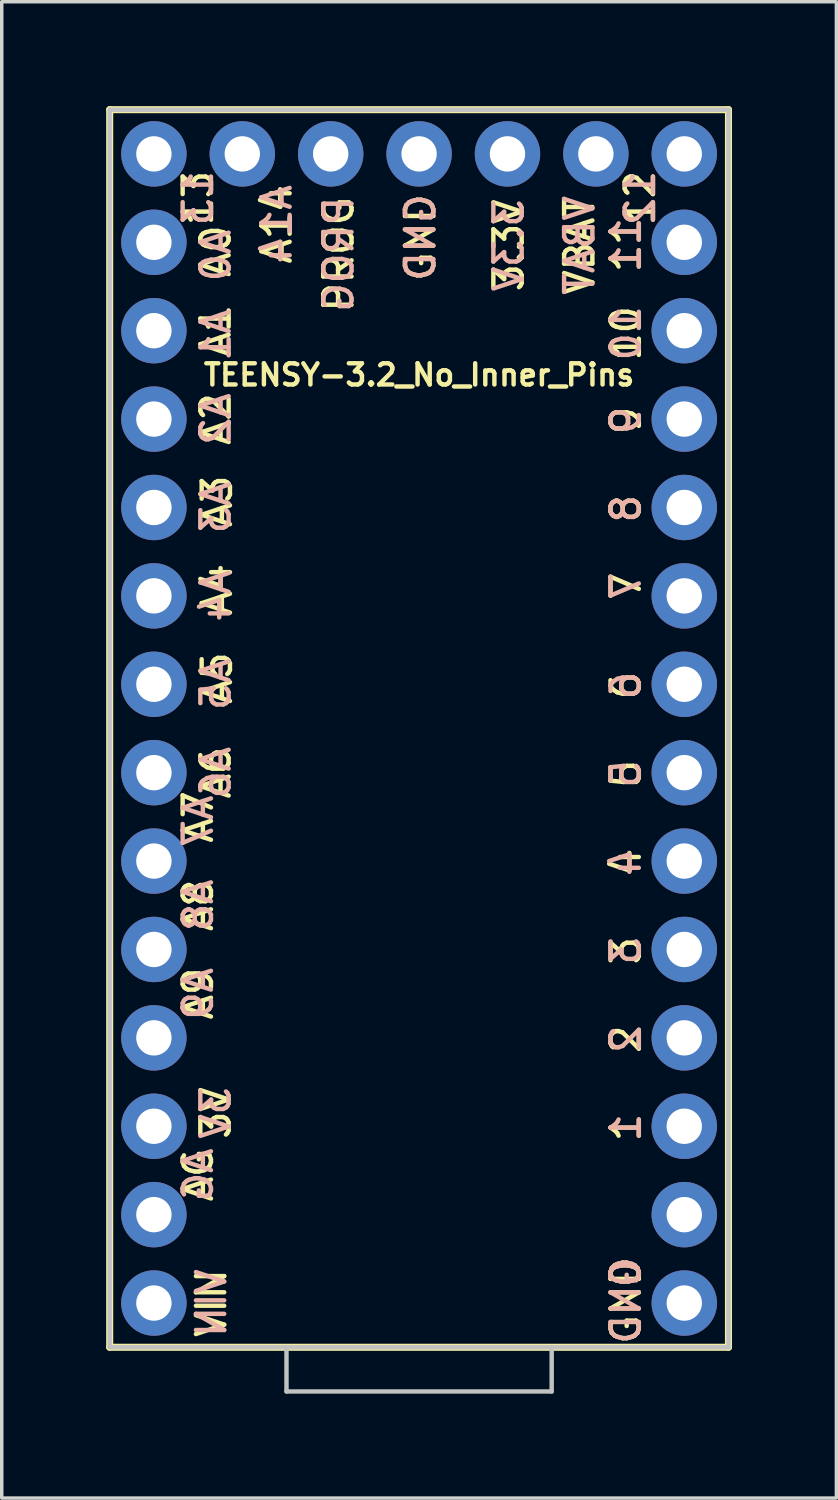
<source format=kicad_pcb>
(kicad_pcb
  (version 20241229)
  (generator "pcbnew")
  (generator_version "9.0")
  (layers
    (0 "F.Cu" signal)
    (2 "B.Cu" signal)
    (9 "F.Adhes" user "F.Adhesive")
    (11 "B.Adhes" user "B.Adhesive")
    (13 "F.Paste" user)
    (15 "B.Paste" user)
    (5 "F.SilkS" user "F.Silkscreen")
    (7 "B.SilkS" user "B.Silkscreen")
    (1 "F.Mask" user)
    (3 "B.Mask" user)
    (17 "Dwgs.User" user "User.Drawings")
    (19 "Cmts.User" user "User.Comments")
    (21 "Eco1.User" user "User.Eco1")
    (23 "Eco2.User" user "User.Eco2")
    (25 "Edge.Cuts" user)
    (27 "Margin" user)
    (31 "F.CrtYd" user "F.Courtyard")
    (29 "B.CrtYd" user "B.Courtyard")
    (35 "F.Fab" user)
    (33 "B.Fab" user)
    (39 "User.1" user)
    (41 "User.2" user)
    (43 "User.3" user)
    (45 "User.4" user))
  (footprint "TEENSY-3.2_No_Inner_Pins"
    (layer "F.Cu")
    (at 8.992 17.882)
    (property "Reference" "TEENSY-3.2_No_Inner_Pins" (at 0 -10.16 0) (layer "F.SilkS") (effects (font (size 0.61 0.61) (thickness 0.127))))
    (attr exclude_from_pos_files exclude_from_bom)
    (fp_line (start -8.89 -17.78) (end 8.89 -17.78) (stroke (width 0.127) (type solid)) (layer "F.SilkS"))
    (fp_line (start -8.89 -17.78) (end 8.89 -17.78) (stroke (width 0.203) (type solid)) (layer "F.SilkS"))
    (fp_line (start -8.89 17.78) (end -8.89 -17.78) (stroke (width 0.127) (type solid)) (layer "F.SilkS"))
    (fp_line (start -8.89 17.78) (end -8.89 -17.78) (stroke (width 0.203) (type solid)) (layer "F.SilkS"))
    (fp_line (start 8.89 -17.78) (end 8.89 17.78) (stroke (width 0.127) (type solid)) (layer "F.SilkS"))
    (fp_line (start 8.89 -17.78) (end 8.89 17.78) (stroke (width 0.203) (type solid)) (layer "F.SilkS"))
    (fp_line (start 8.89 17.78) (end -8.89 17.78) (stroke (width 0.127) (type solid)) (layer "F.SilkS"))
    (fp_line (start 8.89 17.78) (end -8.89 17.78) (stroke (width 0.203) (type solid)) (layer "F.SilkS"))
    (fp_line (start -8.89 -17.78) (end 8.89 -17.78) (stroke (width 0.127) (type solid)) (layer "Dwgs.User"))
    (fp_line (start -8.89 17.78) (end -8.89 -17.78) (stroke (width 0.127) (type solid)) (layer "Dwgs.User"))
    (fp_line (start -3.81 17.78) (end -8.89 17.78) (stroke (width 0.127) (type solid)) (layer "Dwgs.User"))
    (fp_line (start -3.81 19.05) (end -3.81 17.78) (stroke (width 0.127) (type solid)) (layer "Dwgs.User"))
    (fp_line (start -3.81 19.05) (end 3.81 19.05) (stroke (width 0.127) (type solid)) (layer "Dwgs.User"))
    (fp_line (start 3.81 17.78) (end -3.81 17.78) (stroke (width 0.127) (type solid)) (layer "Dwgs.User"))
    (fp_line (start 3.81 19.05) (end 3.81 17.78) (stroke (width 0.127) (type solid)) (layer "Dwgs.User"))
    (fp_line (start 8.89 -17.78) (end 8.89 17.78) (stroke (width 0.127) (type solid)) (layer "Dwgs.User"))
    (fp_line (start 8.89 17.78) (end 3.81 17.78) (stroke (width 0.127) (type solid)) (layer "Dwgs.User"))
    (fp_text user "12" (at 6.35 -15.24 270) (layer "F.SilkS") (effects (font (size 0.813 0.813) (thickness 0.127))))
    (fp_text user "A7" (at -6.35 2.54 90) (layer "F.SilkS") (effects (font (size 0.813 0.813) (thickness 0.127))))
    (fp_text user "PROG" (at -2.311 -13.627 90) (layer "F.SilkS") (effects (font (size 0.813 0.813) (thickness 0.127))))
    (fp_text user "8" (at 5.944 -6.312 90) (layer "F.SilkS") (effects (font (size 0.813 0.813) (thickness 0.127))))
    (fp_text user "1" (at 5.944 11.468 90) (layer "F.SilkS") (effects (font (size 0.813 0.813) (thickness 0.127))))
    (fp_text user "A9" (at -6.35 7.62 90) (layer "F.SilkS") (effects (font (size 0.813 0.813) (thickness 0.127))))
    (fp_text user "VIN" (at -5.969 16.51 90) (layer "F.SilkS") (effects (font (size 0.813 0.813) (thickness 0.127))))
    (fp_text user "4" (at 5.944 3.848 90) (layer "F.SilkS") (effects (font (size 0.813 0.813) (thickness 0.127))))
    (fp_text user "3.3V" (at 2.578 -13.881 90) (layer "F.SilkS") (effects (font (size 0.813 0.813) (thickness 0.127))))
    (fp_text user "GND" (at 5.944 16.434 90) (layer "F.SilkS") (effects (font (size 0.813 0.813) (thickness 0.127))))
    (fp_text user "3V" (at -5.842 11.049 90) (layer "F.SilkS") (effects (font (size 0.813 0.813) (thickness 0.127))))
    (fp_text user "6" (at 5.944 -1.232 90) (layer "F.SilkS") (effects (font (size 0.813 0.813) (thickness 0.127))))
    (fp_text user "2" (at 5.944 8.928 90) (layer "F.SilkS") (effects (font (size 0.813 0.813) (thickness 0.127))))
    (fp_text user "0" (at 5.944 15.659 90) (layer "F.SilkS") (effects (font (size 0.813 0.813) (thickness 0.127))))
    (fp_text user "A2" (at -5.842 -8.89 90) (layer "F.SilkS") (effects (font (size 0.813 0.813) (thickness 0.127))))
    (fp_text user "A8" (at -6.35 5.08 90) (layer "F.SilkS") (effects (font (size 0.813 0.813) (thickness 0.127))))
    (fp_text user "5" (at 5.944 1.306 90) (layer "F.SilkS") (effects (font (size 0.813 0.813) (thickness 0.127))))
    (fp_text user "A5" (at -5.804 -1.448 90) (layer "F.SilkS") (effects (font (size 0.813 0.813) (thickness 0.127))))
    (fp_text user "7" (at 5.944 -4.089 90) (layer "F.SilkS") (effects (font (size 0.813 0.813) (thickness 0.127))))
    (fp_text user "A4" (at -5.804 -3.988 90) (layer "F.SilkS") (effects (font (size 0.813 0.813) (thickness 0.127))))
    (fp_text user "A0" (at -5.842 -13.716 90) (layer "F.SilkS") (effects (font (size 0.813 0.813) (thickness 0.127))))
    (fp_text user "13" (at -6.35 -15.24 90) (layer "F.SilkS") (effects (font (size 0.813 0.813) (thickness 0.127))))
    (fp_text user "A1" (at -5.842 -11.43 90) (layer "F.SilkS") (effects (font (size 0.813 0.813) (thickness 0.127))))
    (fp_text user "VBAT" (at 4.61 -13.881 90) (layer "F.SilkS") (effects (font (size 0.813 0.813) (thickness 0.127))))
    (fp_text user "9" (at 5.944 -8.852 90) (layer "F.SilkS") (effects (font (size 0.813 0.813) (thickness 0.127))))
    (fp_text user "10" (at 5.944 -11.354 90) (layer "F.SilkS") (effects (font (size 0.813 0.813) (thickness 0.127))))
    (fp_text user "A6" (at -5.842 1.27 90) (layer "F.SilkS") (effects (font (size 0.813 0.813) (thickness 0.127))))
    (fp_text user "11" (at 5.944 -13.894 90) (layer "F.SilkS") (effects (font (size 0.813 0.813) (thickness 0.127))))
    (fp_text user "A3" (at -5.804 -6.528 90) (layer "F.SilkS") (effects (font (size 0.813 0.813) (thickness 0.127))))
    (fp_text user "GND" (at 0.038 -14.107 90) (layer "F.SilkS") (effects (font (size 0.813 0.813) (thickness 0.127))))
    (fp_text user "3" (at 5.944 6.388 90) (layer "F.SilkS") (effects (font (size 0.813 0.813) (thickness 0.127))))
    (fp_text user "A14" (at -4.089 -14.488 90) (layer "F.SilkS") (effects (font (size 0.813 0.813) (thickness 0.127))))
    (fp_text user "AG" (at -6.35 12.827 90) (layer "F.SilkS") (effects (font (size 0.813 0.813) (thickness 0.127))))
    (fp_text user "A4" (at -5.842 -3.81 270) (layer "B.SilkS") (effects (font (size 0.813 0.813) (thickness 0.127)) (justify mirror)))
    (fp_text user "8" (at 5.944 -6.312 90) (layer "B.SilkS") (effects (font (size 0.813 0.813) (thickness 0.127)) (justify mirror)))
    (fp_text user "0" (at 5.944 15.659 90) (layer "B.SilkS") (effects (font (size 0.813 0.813) (thickness 0.127)) (justify mirror)))
    (fp_text user "A8" (at -6.35 5.08 270) (layer "B.SilkS") (effects (font (size 0.813 0.813) (thickness 0.127)) (justify mirror)))
    (fp_text user "A2" (at -5.842 -8.89 270) (layer "B.SilkS") (effects (font (size 0.813 0.813) (thickness 0.127)) (justify mirror)))
    (fp_text user "A1" (at -5.842 -11.303 270) (layer "B.SilkS") (effects (font (size 0.813 0.813) (thickness 0.127)) (justify mirror)))
    (fp_text user "13" (at -6.35 -15.24 270) (layer "B.SilkS") (effects (font (size 0.813 0.813) (thickness 0.127)) (justify mirror)))
    (fp_text user "5" (at 5.944 1.306 90) (layer "B.SilkS") (effects (font (size 0.813 0.813) (thickness 0.127)) (justify mirror)))
    (fp_text user "7" (at 5.944 -4.089 90) (layer "B.SilkS") (effects (font (size 0.813 0.813) (thickness 0.127)) (justify mirror)))
    (fp_text user "VIN" (at -5.969 16.51 270) (layer "B.SilkS") (effects (font (size 0.813 0.813) (thickness 0.127)) (justify mirror)))
    (fp_text user "AG" (at -6.35 12.827 90) (layer "B.SilkS") (effects (font (size 0.813 0.813) (thickness 0.127)) (justify mirror)))
    (fp_text user "A3" (at -5.842 -6.35 270) (layer "B.SilkS") (effects (font (size 0.813 0.813) (thickness 0.127)) (justify mirror)))
    (fp_text user "12" (at 6.35 -15.24 90) (layer "B.SilkS") (effects (font (size 0.813 0.813) (thickness 0.127)) (justify mirror)))
    (fp_text user "1" (at 5.944 11.468 90) (layer "B.SilkS") (effects (font (size 0.813 0.813) (thickness 0.127)) (justify mirror)))
    (fp_text user "A7" (at -6.35 2.667 270) (layer "B.SilkS") (effects (font (size 0.813 0.813) (thickness 0.127)) (justify mirror)))
    (fp_text user "A0" (at -5.842 -13.589 270) (layer "B.SilkS") (effects (font (size 0.813 0.813) (thickness 0.127)) (justify mirror)))
    (fp_text user "GND" (at 5.944 16.434 90) (layer "B.SilkS") (effects (font (size 0.813 0.813) (thickness 0.127)) (justify mirror)))
    (fp_text user "A14" (at -4.089 -14.488 90) (layer "B.SilkS") (effects (font (size 0.813 0.813) (thickness 0.127)) (justify mirror)))
    (fp_text user "3" (at 5.944 6.388 90) (layer "B.SilkS") (effects (font (size 0.813 0.813) (thickness 0.127)) (justify mirror)))
    (fp_text user "2" (at 5.944 8.928 90) (layer "B.SilkS") (effects (font (size 0.813 0.813) (thickness 0.127)) (justify mirror)))
    (fp_text user "A6" (at -5.842 1.27 270) (layer "B.SilkS") (effects (font (size 0.813 0.813) (thickness 0.127)) (justify mirror)))
    (fp_text user "3.3V" (at 2.578 -13.881 90) (layer "B.SilkS") (effects (font (size 0.813 0.813) (thickness 0.127)) (justify mirror)))
    (fp_text user "4" (at 5.944 3.848 90) (layer "B.SilkS") (effects (font (size 0.813 0.813) (thickness 0.127)) (justify mirror)))
    (fp_text user "11" (at 5.944 -13.894 90) (layer "B.SilkS") (effects (font (size 0.813 0.813) (thickness 0.127)) (justify mirror)))
    (fp_text user "A5" (at -5.842 -1.27 270) (layer "B.SilkS") (effects (font (size 0.813 0.813) (thickness 0.127)) (justify mirror)))
    (fp_text user "10" (at 5.944 -11.354 90) (layer "B.SilkS") (effects (font (size 0.813 0.813) (thickness 0.127)) (justify mirror)))
    (fp_text user "VBAT" (at 4.61 -13.881 90) (layer "B.SilkS") (effects (font (size 0.813 0.813) (thickness 0.127)) (justify mirror)))
    (fp_text user "GND" (at 0.038 -14.107 90) (layer "B.SilkS") (effects (font (size 0.813 0.813) (thickness 0.127)) (justify mirror)))
    (fp_text user "3V" (at -5.842 11.049 270) (layer "B.SilkS") (effects (font (size 0.813 0.813) (thickness 0.127)) (justify mirror)))
    (fp_text user "PROG" (at -2.311 -13.627 90) (layer "B.SilkS") (effects (font (size 0.813 0.813) (thickness 0.127)) (justify mirror)))
    (fp_text user "9" (at 5.944 -8.852 90) (layer "B.SilkS") (effects (font (size 0.813 0.813) (thickness 0.127)) (justify mirror)))
    (fp_text user "6" (at 5.944 -1.232 90) (layer "B.SilkS") (effects (font (size 0.813 0.813) (thickness 0.127)) (justify mirror)))
    (fp_text user "A9" (at -6.35 7.62 270) (layer "B.SilkS") (effects (font (size 0.813 0.813) (thickness 0.127)) (justify mirror)))
    (pad "0" thru_hole circle (at 7.62 13.97) (size 1.88 1.88) (drill 1.016) (layers "*.Cu" "*.Mask"))
    (pad "1" thru_hole circle (at 7.62 11.43) (size 1.88 1.88) (drill 1.016) (layers "*.Cu" "*.Mask"))
    (pad "2" thru_hole circle (at 7.62 8.89) (size 1.88 1.88) (drill 1.016) (layers "*.Cu" "*.Mask"))
    (pad "3" thru_hole circle (at 7.62 6.35) (size 1.88 1.88) (drill 1.016) (layers "*.Cu" "*.Mask"))
    (pad "3.3V_1" thru_hole circle (at 2.54 -16.51) (size 1.88 1.88) (drill 1.016) (layers "*.Cu" "*.Mask"))
    (pad "3.3V_2" thru_hole circle (at -7.62 11.43) (size 1.88 1.88) (drill 1.016) (layers "*.Cu" "*.Mask"))
    (pad "4" thru_hole circle (at 7.62 3.81) (size 1.88 1.88) (drill 1.016) (layers "*.Cu" "*.Mask"))
    (pad "5" thru_hole circle (at 7.62 1.27) (size 1.88 1.88) (drill 1.016) (layers "*.Cu" "*.Mask"))
    (pad "6" thru_hole circle (at 7.62 -1.27) (size 1.88 1.88) (drill 1.016) (layers "*.Cu" "*.Mask"))
    (pad "7" thru_hole circle (at 7.62 -3.81) (size 1.88 1.88) (drill 1.016) (layers "*.Cu" "*.Mask"))
    (pad "8" thru_hole circle (at 7.62 -6.35) (size 1.88 1.88) (drill 1.016) (layers "*.Cu" "*.Mask"))
    (pad "9" thru_hole circle (at 7.62 -8.89) (size 1.88 1.88) (drill 1.016) (layers "*.Cu" "*.Mask"))
    (pad "10" thru_hole circle (at 7.62 -11.43) (size 1.88 1.88) (drill 1.016) (layers "*.Cu" "*.Mask"))
    (pad "11" thru_hole circle (at 7.62 -13.97) (size 1.88 1.88) (drill 1.016) (layers "*.Cu" "*.Mask"))
    (pad "12" thru_hole circle (at 7.62 -16.51) (size 1.88 1.88) (drill 1.016) (layers "*.Cu" "*.Mask"))
    (pad "13" thru_hole circle (at -7.62 -16.51) (size 1.88 1.88) (drill 1.016) (layers "*.Cu" "*.Mask"))
    (pad "14" thru_hole circle (at -7.62 -13.97) (size 1.88 1.88) (drill 1.016) (layers "*.Cu" "*.Mask"))
    (pad "15" thru_hole circle (at -7.62 -11.43) (size 1.88 1.88) (drill 1.016) (layers "*.Cu" "*.Mask"))
    (pad "16" thru_hole circle (at -7.62 -8.89) (size 1.88 1.88) (drill 1.016) (layers "*.Cu" "*.Mask"))
    (pad "17" thru_hole circle (at -7.62 -6.35) (size 1.88 1.88) (drill 1.016) (layers "*.Cu" "*.Mask"))
    (pad "18" thru_hole circle (at -7.62 -3.81) (size 1.88 1.88) (drill 1.016) (layers "*.Cu" "*.Mask"))
    (pad "19" thru_hole circle (at -7.62 -1.27) (size 1.88 1.88) (drill 1.016) (layers "*.Cu" "*.Mask"))
    (pad "20" thru_hole circle (at -7.62 1.27) (size 1.88 1.88) (drill 1.016) (layers "*.Cu" "*.Mask"))
    (pad "21" thru_hole circle (at -7.62 3.81) (size 1.88 1.88) (drill 1.016) (layers "*.Cu" "*.Mask"))
    (pad "22" thru_hole circle (at -7.62 6.35) (size 1.88 1.88) (drill 1.016) (layers "*.Cu" "*.Mask"))
    (pad "23" thru_hole circle (at -7.62 8.89) (size 1.88 1.88) (drill 1.016) (layers "*.Cu" "*.Mask"))
    (pad "A14/" thru_hole circle (at -5.08 -16.51) (size 1.88 1.88) (drill 1.016) (layers "*.Cu" "*.Mask"))
    (pad "AGND" thru_hole circle (at -7.62 13.97) (size 1.88 1.88) (drill 1.016) (layers "*.Cu" "*.Mask"))
    (pad "GND" thru_hole circle (at 0 -16.51) (size 1.88 1.88) (drill 1.016) (layers "*.Cu" "*.Mask"))
    (pad "GND1" thru_hole circle (at 7.62 16.51) (size 1.88 1.88) (drill 1.016) (layers "*.Cu" "*.Mask"))
    (pad "PROG" thru_hole circle (at -2.54 -16.51) (size 1.88 1.88) (drill 1.016) (layers "*.Cu" "*.Mask"))
    (pad "VBAT" thru_hole circle (at 5.08 -16.51) (size 1.88 1.88) (drill 1.016) (layers "*.Cu" "*.Mask"))
    (pad "VIN" thru_hole circle (at -7.62 16.51) (size 1.88 1.88) (drill 1.016) (layers "*.Cu" "*.Mask")))
  (gr_rect
    (start -3 -3)
    (end 20.983 39.995)
    (stroke (width 0.1) (type default))
    (fill no)
    (layer "Edge.Cuts")))
</source>
